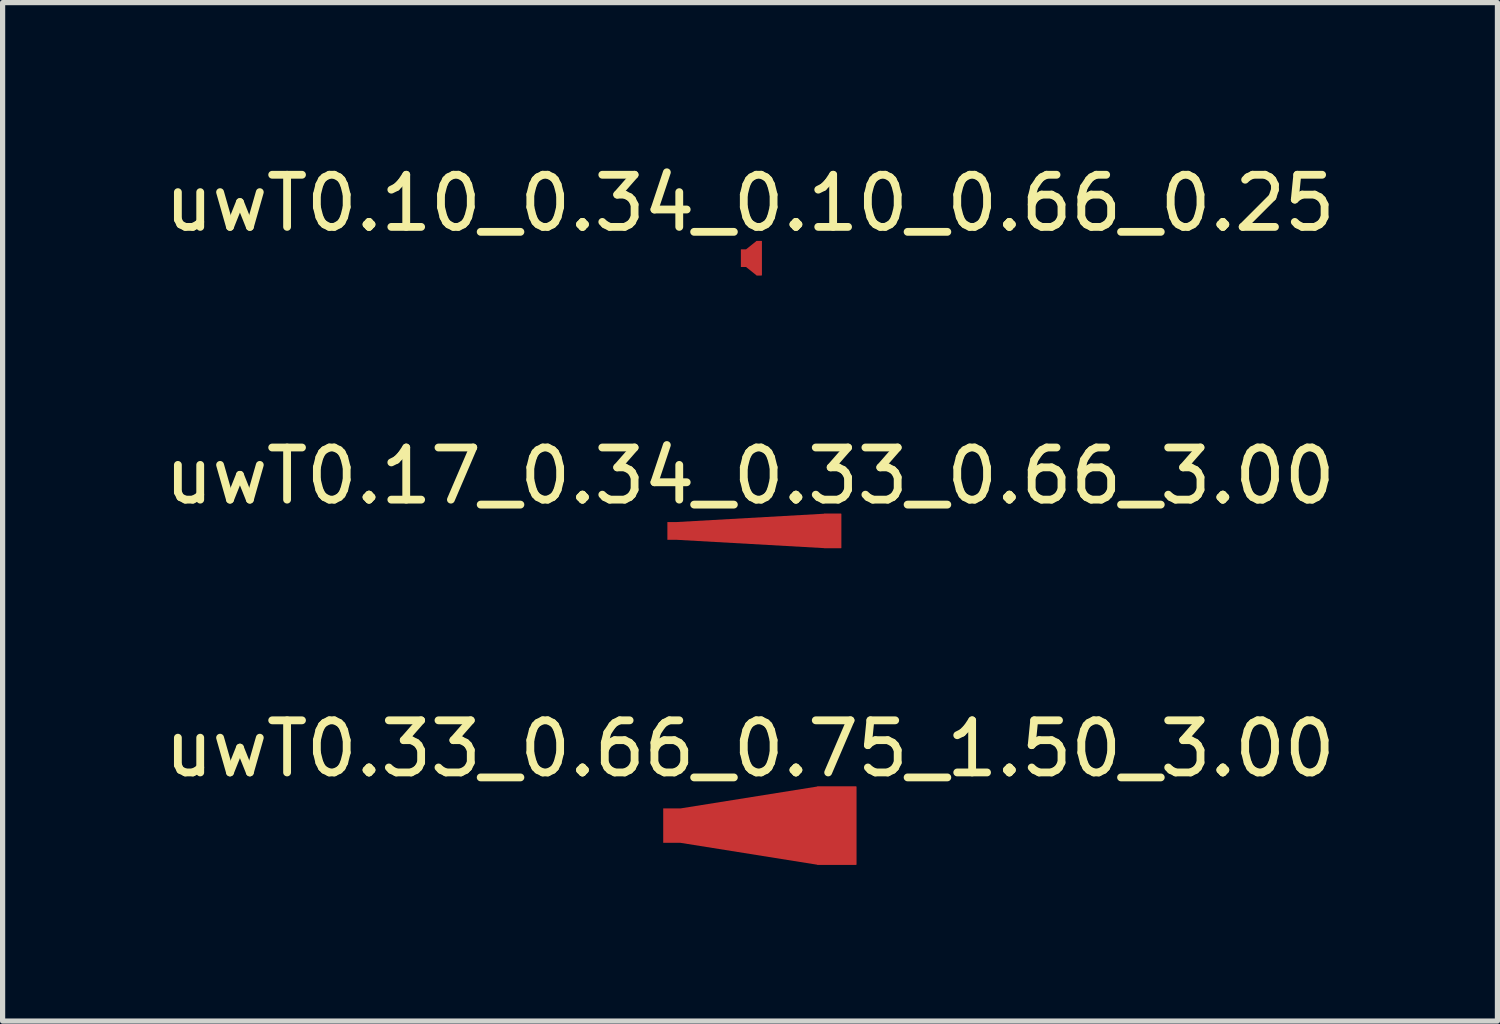
<source format=kicad_pcb>
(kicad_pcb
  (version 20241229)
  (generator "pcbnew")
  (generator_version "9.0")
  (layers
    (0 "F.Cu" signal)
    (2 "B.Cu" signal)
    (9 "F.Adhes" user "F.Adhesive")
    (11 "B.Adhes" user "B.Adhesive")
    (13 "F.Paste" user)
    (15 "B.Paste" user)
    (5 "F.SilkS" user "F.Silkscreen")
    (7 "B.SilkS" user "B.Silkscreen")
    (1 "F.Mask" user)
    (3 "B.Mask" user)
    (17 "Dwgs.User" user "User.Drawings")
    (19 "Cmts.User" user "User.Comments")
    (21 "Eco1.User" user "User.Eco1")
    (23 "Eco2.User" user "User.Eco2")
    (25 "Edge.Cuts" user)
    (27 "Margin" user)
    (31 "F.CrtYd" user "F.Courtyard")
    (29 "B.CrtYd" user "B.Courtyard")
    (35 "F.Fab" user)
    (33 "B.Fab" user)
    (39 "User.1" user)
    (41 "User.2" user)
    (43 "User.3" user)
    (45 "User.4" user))
  (footprint "uwT0.33_0.66_0.75_1.50_3.00"
    (layer "F.Cu")
    (at 9.839 12.79)
    (property "Reference" "uwT0.33_0.66_0.75_1.50_3.00" (at 1.5 -1.475 0) (layer "F.SilkS") (effects (font (size 1 1) (thickness 0.15))))
    (attr exclude_from_pos_files exclude_from_bom)
    (pad "1" smd custom (at 0 0) (size 0.33 0.66) (layers "F.Cu") (options (anchor rect)) (primitives (gr_poly (pts (xy -0.165 -0.33) (xy 0.165 -0.33) (xy 2.79 -0.75) (xy 3.54 -0.75) (xy 3.54 0.75) (xy 2.79 0.75) (xy 0.165 0.33) (xy -0.165 0.33)) (width 0) (fill yes))))
    (pad "1" smd rect (at 3.165 0) (size 0.75 1.5) (layers "F.Cu")))
  (footprint "uwT0.17_0.34_0.33_0.66_3.00"
    (layer "F.Cu")
    (at 9.839 7.136)
    (property "Reference" "uwT0.17_0.34_0.33_0.66_3.00" (at 1.5 -1.055 0) (layer "F.SilkS") (effects (font (size 1 1) (thickness 0.15))))
    (attr exclude_from_pos_files exclude_from_bom)
    (pad "1" smd custom (at 0 0) (size 0.17 0.34) (layers "F.Cu") (options (anchor rect)) (primitives (gr_poly (pts (xy -0.085 -0.17) (xy 0.085 -0.17) (xy 2.92 -0.33) (xy 3.25 -0.33) (xy 3.25 0.33) (xy 2.92 0.33) (xy 0.085 0.17) (xy -0.085 0.17)) (width 0) (fill yes))))
    (pad "1" smd rect (at 3.085 0) (size 0.33 0.66) (layers "F.Cu")))
  (footprint "uwT0.10_0.34_0.10_0.66_0.25"
    (layer "F.Cu")
    (at 11.214 1.903)
    (property "Reference" "uwT0.10_0.34_0.10_0.66_0.25" (at 0.125 -1.055 0) (layer "F.SilkS") (effects (font (size 1 1) (thickness 0.15))))
    (attr exclude_from_pos_files exclude_from_bom)
    (pad "1" smd custom (at 0 0) (size 0.1 0.34) (layers "F.Cu") (options (anchor rect)) (primitives (gr_poly (pts (xy -0.05 -0.17) (xy 0.05 -0.17) (xy 0.25 -0.33) (xy 0.35 -0.33) (xy 0.35 0.33) (xy 0.25 0.33) (xy 0.05 0.17) (xy -0.05 0.17)) (width 0) (fill yes))))
    (pad "1" smd rect (at 0.3 0) (size 0.1 0.66) (layers "F.Cu")))
  (gr_rect
    (start -3 -3)
    (end 25.679 16.54)
    (stroke (width 0.1) (type default))
    (fill no)
    (layer "Edge.Cuts")))
</source>
